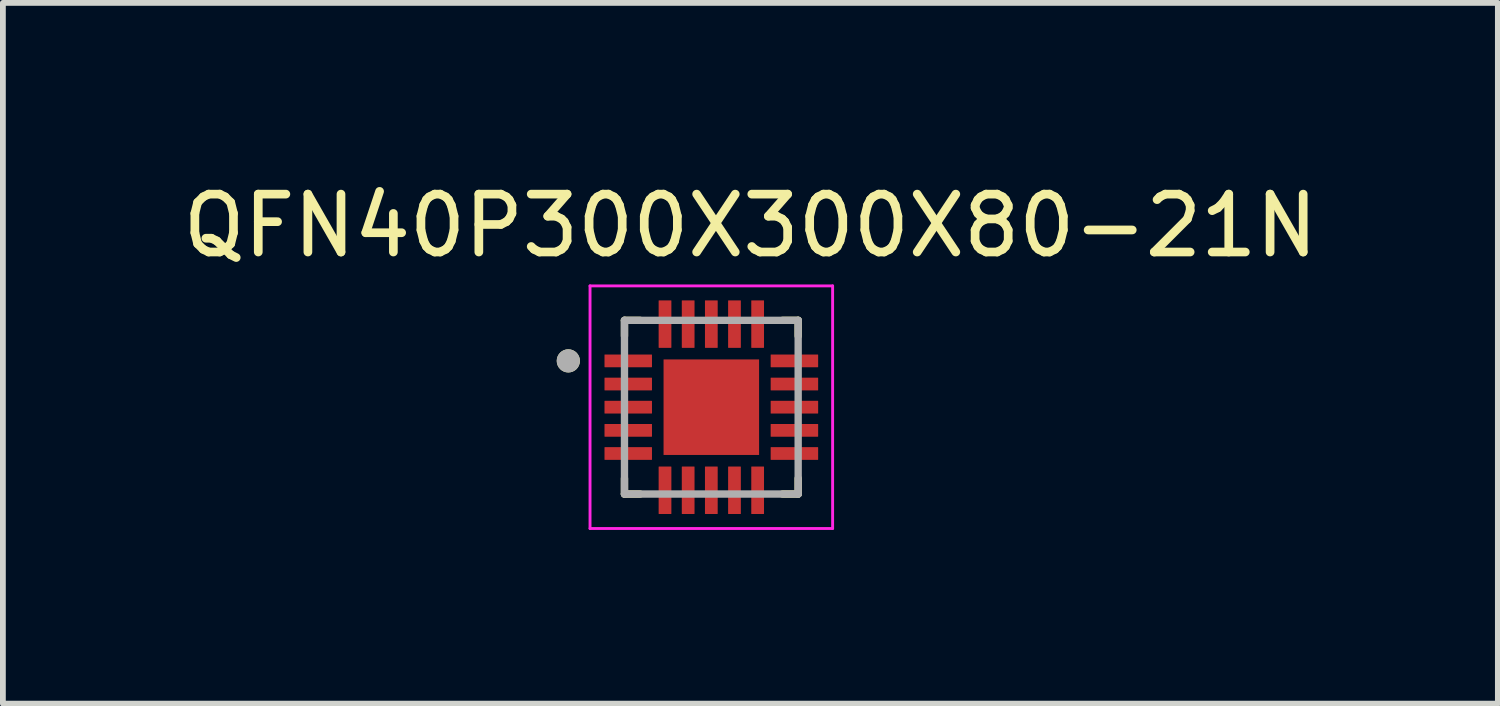
<source format=kicad_pcb>
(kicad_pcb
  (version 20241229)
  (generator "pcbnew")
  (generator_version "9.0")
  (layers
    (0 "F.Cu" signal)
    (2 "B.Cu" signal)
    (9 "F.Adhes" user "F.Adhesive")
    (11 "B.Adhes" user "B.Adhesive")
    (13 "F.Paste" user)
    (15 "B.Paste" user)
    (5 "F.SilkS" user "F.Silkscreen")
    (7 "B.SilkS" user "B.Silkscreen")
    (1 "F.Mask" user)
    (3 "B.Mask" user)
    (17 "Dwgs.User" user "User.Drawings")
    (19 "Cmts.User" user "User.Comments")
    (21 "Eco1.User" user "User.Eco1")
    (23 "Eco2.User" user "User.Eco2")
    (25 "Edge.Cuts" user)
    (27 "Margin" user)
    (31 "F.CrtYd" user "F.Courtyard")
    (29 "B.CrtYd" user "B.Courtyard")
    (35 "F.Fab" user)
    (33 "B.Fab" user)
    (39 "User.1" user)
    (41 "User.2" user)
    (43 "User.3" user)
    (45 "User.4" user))
  (footprint "QFN40P300X300X80-21N"
    (layer "F.Cu")
    (at 9.236 3.983)
    (property "Reference" "QFN40P300X300X80-21N" (at 0.675 -3.135 0) (layer "F.SilkS") (effects (font (size 1 1) (thickness 0.15))))
    (attr through_hole)
    (fp_line (start -1.5 -1.5) (end -1.5 -1.23) (stroke (width 0.127) (type solid)) (layer "F.SilkS"))
    (fp_line (start -1.5 -1.5) (end -1.23 -1.5) (stroke (width 0.127) (type solid)) (layer "F.SilkS"))
    (fp_line (start -1.5 1.5) (end -1.5 1.23) (stroke (width 0.127) (type solid)) (layer "F.SilkS"))
    (fp_line (start -1.5 1.5) (end -1.23 1.5) (stroke (width 0.127) (type solid)) (layer "F.SilkS"))
    (fp_line (start 1.5 -1.5) (end 1.23 -1.5) (stroke (width 0.127) (type solid)) (layer "F.SilkS"))
    (fp_line (start 1.5 -1.5) (end 1.5 -1.23) (stroke (width 0.127) (type solid)) (layer "F.SilkS"))
    (fp_line (start 1.5 1.5) (end 1.23 1.5) (stroke (width 0.127) (type solid)) (layer "F.SilkS"))
    (fp_line (start 1.5 1.5) (end 1.5 1.23) (stroke (width 0.127) (type solid)) (layer "F.SilkS"))
    (fp_circle (center -2.47 -0.8) (end -2.37 -0.8) (stroke (width 0.2) (type solid)) (fill no) (layer "F.SilkS"))
    (fp_poly (pts (xy -0.52 -0.52) (xy 0.52 -0.52) (xy 0.52 0.52) (xy -0.52 0.52)) (stroke (width 0.01) (type solid)) (fill yes) (layer "F.Paste"))
    (fp_line (start -2.095 -2.095) (end 2.095 -2.095) (stroke (width 0.05) (type solid)) (layer "F.CrtYd"))
    (fp_line (start -2.095 2.095) (end -2.095 -2.095) (stroke (width 0.05) (type solid)) (layer "F.CrtYd"))
    (fp_line (start -2.095 2.095) (end 2.095 2.095) (stroke (width 0.05) (type solid)) (layer "F.CrtYd"))
    (fp_line (start 2.095 2.095) (end 2.095 -2.095) (stroke (width 0.05) (type solid)) (layer "F.CrtYd"))
    (fp_line (start -1.5 1.5) (end -1.5 -1.5) (stroke (width 0.127) (type solid)) (layer "F.Fab"))
    (fp_line (start 1.5 -1.5) (end -1.5 -1.5) (stroke (width 0.127) (type solid)) (layer "F.Fab"))
    (fp_line (start 1.5 1.5) (end -1.5 1.5) (stroke (width 0.127) (type solid)) (layer "F.Fab"))
    (fp_line (start 1.5 1.5) (end 1.5 -1.5) (stroke (width 0.127) (type solid)) (layer "F.Fab"))
    (fp_circle (center -2.47 -0.8) (end -2.37 -0.8) (stroke (width 0.2) (type solid)) (fill no) (layer "F.Fab"))
    (pad "1" smd roundrect (at -1.435 -0.8) (size 0.82 0.22) (layers "F.Cu" "F.Mask" "F.Paste") (roundrect_rratio 0.03))
    (pad "2" smd roundrect (at -1.435 -0.4) (size 0.82 0.22) (layers "F.Cu" "F.Mask" "F.Paste") (roundrect_rratio 0.03))
    (pad "3" smd roundrect (at -1.435 0) (size 0.82 0.22) (layers "F.Cu" "F.Mask" "F.Paste") (roundrect_rratio 0.03))
    (pad "4" smd roundrect (at -1.435 0.4) (size 0.82 0.22) (layers "F.Cu" "F.Mask" "F.Paste") (roundrect_rratio 0.03))
    (pad "5" smd roundrect (at -1.435 0.8) (size 0.82 0.22) (layers "F.Cu" "F.Mask" "F.Paste") (roundrect_rratio 0.03))
    (pad "6" smd roundrect (at -0.8 1.435 90) (size 0.82 0.22) (layers "F.Cu" "F.Mask" "F.Paste") (roundrect_rratio 0.03))
    (pad "7" smd roundrect (at -0.4 1.435 90) (size 0.82 0.22) (layers "F.Cu" "F.Mask" "F.Paste") (roundrect_rratio 0.03))
    (pad "8" smd roundrect (at 0 1.435 90) (size 0.82 0.22) (layers "F.Cu" "F.Mask" "F.Paste") (roundrect_rratio 0.03))
    (pad "9" smd roundrect (at 0.4 1.435 90) (size 0.82 0.22) (layers "F.Cu" "F.Mask" "F.Paste") (roundrect_rratio 0.03))
    (pad "10" smd roundrect (at 0.8 1.435 90) (size 0.82 0.22) (layers "F.Cu" "F.Mask" "F.Paste") (roundrect_rratio 0.03))
    (pad "11" smd roundrect (at 1.435 0.8) (size 0.82 0.22) (layers "F.Cu" "F.Mask" "F.Paste") (roundrect_rratio 0.03))
    (pad "12" smd roundrect (at 1.435 0.4) (size 0.82 0.22) (layers "F.Cu" "F.Mask" "F.Paste") (roundrect_rratio 0.03))
    (pad "13" smd roundrect (at 1.435 0) (size 0.82 0.22) (layers "F.Cu" "F.Mask" "F.Paste") (roundrect_rratio 0.03))
    (pad "14" smd roundrect (at 1.435 -0.4) (size 0.82 0.22) (layers "F.Cu" "F.Mask" "F.Paste") (roundrect_rratio 0.03))
    (pad "15" smd roundrect (at 1.435 -0.8) (size 0.82 0.22) (layers "F.Cu" "F.Mask" "F.Paste") (roundrect_rratio 0.03))
    (pad "16" smd roundrect (at 0.8 -1.435 90) (size 0.82 0.22) (layers "F.Cu" "F.Mask" "F.Paste") (roundrect_rratio 0.03))
    (pad "17" smd roundrect (at 0.4 -1.435 90) (size 0.82 0.22) (layers "F.Cu" "F.Mask" "F.Paste") (roundrect_rratio 0.03))
    (pad "18" smd roundrect (at 0 -1.435 90) (size 0.82 0.22) (layers "F.Cu" "F.Mask" "F.Paste") (roundrect_rratio 0.03))
    (pad "19" smd roundrect (at -0.4 -1.435 90) (size 0.82 0.22) (layers "F.Cu" "F.Mask" "F.Paste") (roundrect_rratio 0.03))
    (pad "20" smd roundrect (at -0.8 -1.435 90) (size 0.82 0.22) (layers "F.Cu" "F.Mask" "F.Paste") (roundrect_rratio 0.03))
    (pad "21" smd rect (at 0 0) (size 1.65 1.65) (layers "F.Cu" "F.Mask")))
  (gr_rect
    (start -3 -3)
    (end 22.821 9.103)
    (stroke (width 0.1) (type default))
    (fill no)
    (layer "Edge.Cuts")))
</source>
